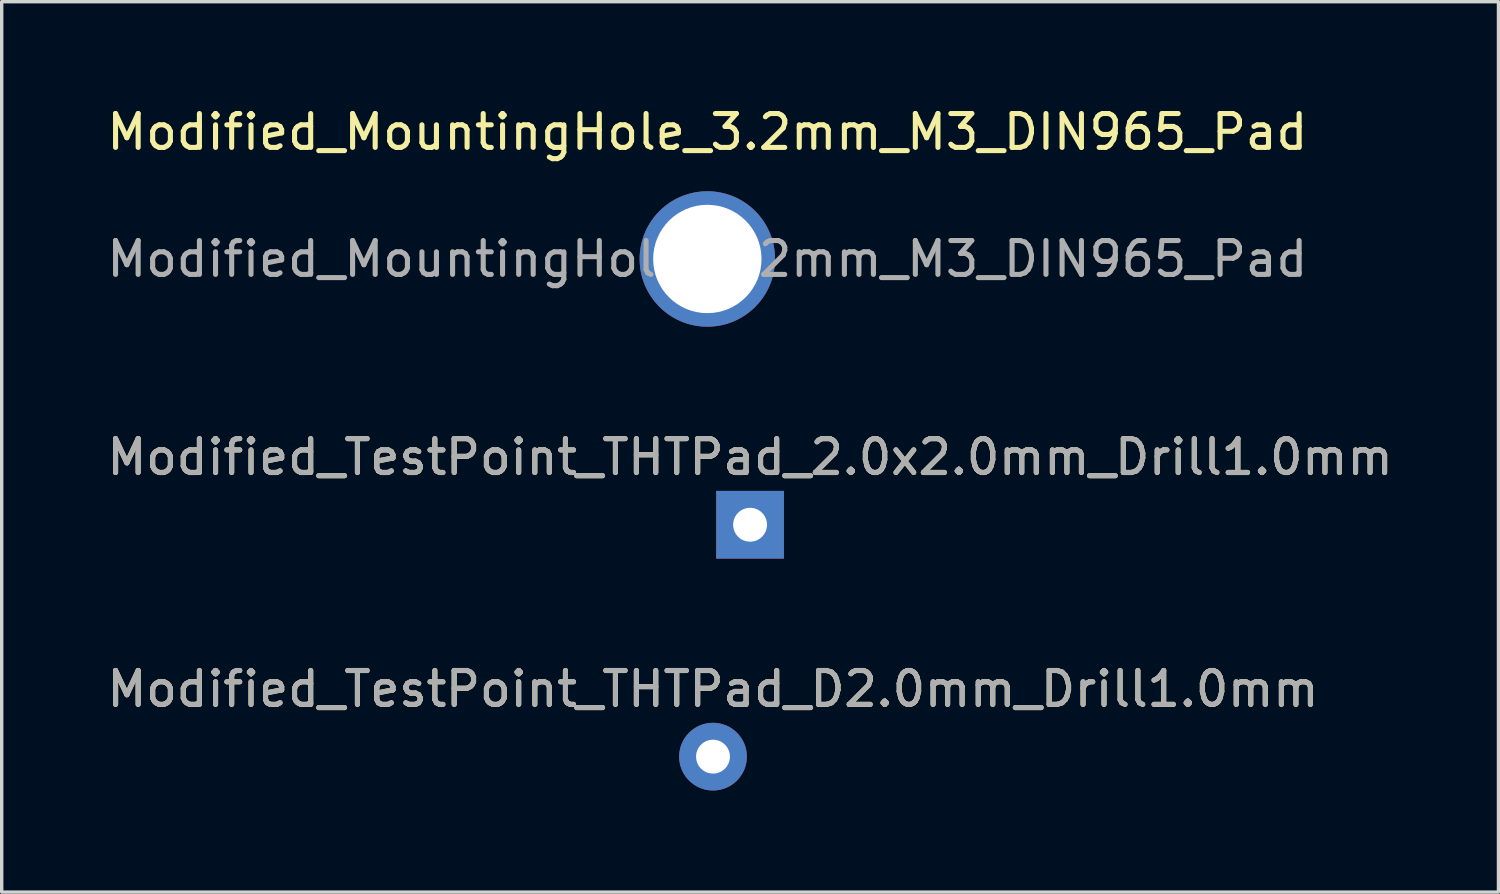
<source format=kicad_pcb>
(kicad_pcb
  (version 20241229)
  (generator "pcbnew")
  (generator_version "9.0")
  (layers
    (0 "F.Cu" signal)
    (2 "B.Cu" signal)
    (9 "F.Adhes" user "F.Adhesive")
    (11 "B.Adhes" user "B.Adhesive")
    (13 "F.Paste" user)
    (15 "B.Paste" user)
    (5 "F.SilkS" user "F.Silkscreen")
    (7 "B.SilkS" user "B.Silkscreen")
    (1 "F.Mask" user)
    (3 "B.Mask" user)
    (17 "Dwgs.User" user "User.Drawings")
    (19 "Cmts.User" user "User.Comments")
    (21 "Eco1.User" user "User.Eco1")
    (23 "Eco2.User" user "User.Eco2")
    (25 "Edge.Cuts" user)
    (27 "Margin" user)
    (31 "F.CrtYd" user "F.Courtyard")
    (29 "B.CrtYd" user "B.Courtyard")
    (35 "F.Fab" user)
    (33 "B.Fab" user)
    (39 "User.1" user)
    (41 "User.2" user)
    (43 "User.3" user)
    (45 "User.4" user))
  (footprint "Modified_TestPoint_THTPad_2.0x2.0mm_Drill1.0mm"
    (layer "F.Cu")
    (at 19.101 12.447)
    (property "Reference" "Modified_TestPoint_THTPad_2.0x2.0mm_Drill1.0mm" (at 0 -1.998 0) (layer "F.SilkS") (effects (font (size 1 1) (thickness 0.15))))
    (attr exclude_from_pos_files exclude_from_bom)
    (fp_text user "${REFERENCE}" (at 0 -2 0) (layer "F.Fab") (effects (font (size 1 1) (thickness 0.15))))
    (pad "1" thru_hole rect (at 0 0) (size 2 2) (drill 1) (layers "*.Cu" "*.Mask") (padstack (mode front_inner_back) (layer "Inner" (shape circle) (size 1.5 1.5)) (layer "B.Cu" (shape rect) (size 2 2)))))
  (footprint "Modified_TestPoint_THTPad_D2.0mm_Drill1.0mm"
    (layer "F.Cu")
    (at 18.006 19.295)
    (property "Reference" "Modified_TestPoint_THTPad_D2.0mm_Drill1.0mm" (at 0 -1.998 0) (layer "F.SilkS") (effects (font (size 1 1) (thickness 0.15))))
    (attr exclude_from_pos_files exclude_from_bom)
    (fp_text user "${REFERENCE}" (at 0 -2 0) (layer "F.Fab") (effects (font (size 1 1) (thickness 0.15))))
    (pad "1" thru_hole circle (at 0 0) (size 2 2) (drill 1) (layers "*.Cu" "*.Mask")))
  (footprint "Modified_MountingHole_3.2mm_M3_DIN965_Pad"
    (layer "F.Cu")
    (at 17.839 4.598)
    (property "Reference" "Modified_MountingHole_3.2mm_M3_DIN965_Pad" (at 0 -3.75 0) (layer "F.SilkS") (effects (font (size 1 1) (thickness 0.15))))
    (attr exclude_from_pos_files exclude_from_bom)
    (fp_text user "${REFERENCE}" (at 0 0 0) (layer "F.Fab") (effects (font (size 1 1) (thickness 0.15))))
    (pad "1" thru_hole circle (at 0 0) (size 4 4) (drill 3.2) (layers "*.Cu" "*.Mask")))
  (gr_rect
    (start -3 -3)
    (end 41.202 23.295)
    (stroke (width 0.1) (type default))
    (fill no)
    (layer "Edge.Cuts")))
</source>
